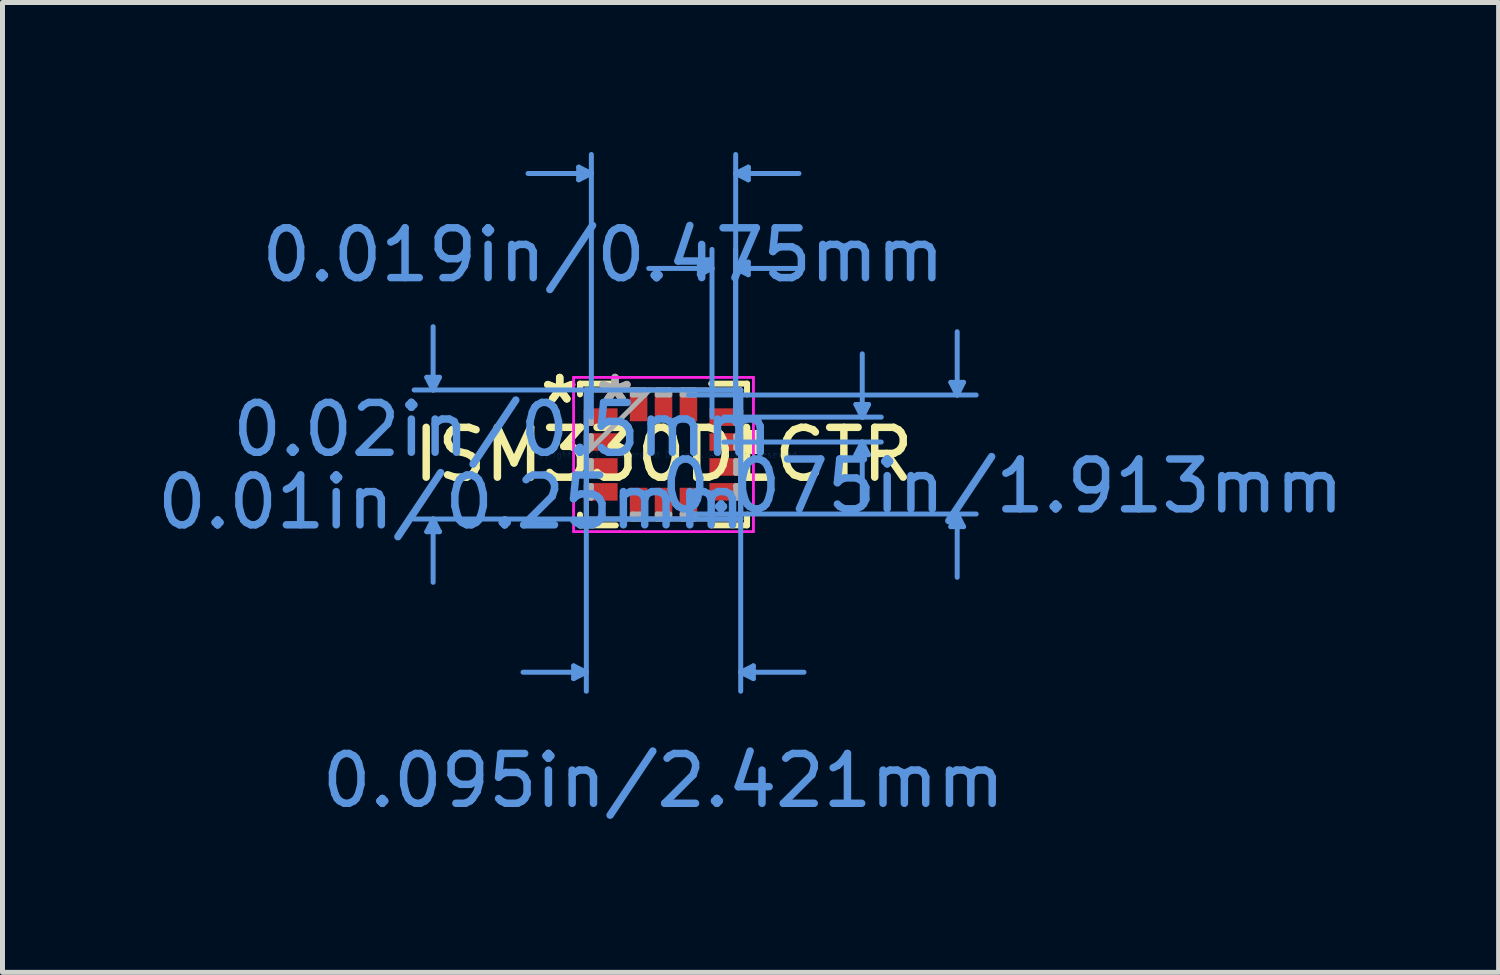
<source format=kicad_pcb>
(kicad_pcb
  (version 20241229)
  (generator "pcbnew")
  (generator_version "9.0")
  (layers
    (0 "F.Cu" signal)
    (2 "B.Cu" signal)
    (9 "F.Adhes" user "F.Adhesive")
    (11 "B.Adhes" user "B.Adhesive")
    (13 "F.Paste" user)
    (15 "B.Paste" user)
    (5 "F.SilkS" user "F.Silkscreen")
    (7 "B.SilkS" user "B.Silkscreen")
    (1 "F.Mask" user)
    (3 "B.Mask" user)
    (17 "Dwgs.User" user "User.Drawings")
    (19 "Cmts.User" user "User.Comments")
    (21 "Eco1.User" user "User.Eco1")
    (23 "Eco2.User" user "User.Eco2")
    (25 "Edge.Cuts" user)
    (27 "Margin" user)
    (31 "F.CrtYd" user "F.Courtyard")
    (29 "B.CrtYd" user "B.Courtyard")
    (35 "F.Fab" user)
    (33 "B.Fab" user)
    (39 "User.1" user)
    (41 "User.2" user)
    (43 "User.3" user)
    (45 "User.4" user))
  (footprint "ISM330DLCTR"
    (layer "F.Cu")
    (at 10.264 6.07)
    (property "Reference" "ISM330DLCTR" (at 0 0 0) (layer "F.SilkS") (effects (font (size 1 1) (thickness 0.15))))
    (attr through_hole)
    (fp_line (start -1.676 -1.422) (end -1.676 -1.207) (stroke (width 0.12) (type solid)) (layer "F.SilkS"))
    (fp_line (start -1.676 1.207) (end -1.676 1.422) (stroke (width 0.12) (type solid)) (layer "F.SilkS"))
    (fp_line (start -1.676 1.422) (end -0.957 1.422) (stroke (width 0.12) (type solid)) (layer "F.SilkS"))
    (fp_line (start -0.957 -1.422) (end -1.676 -1.422) (stroke (width 0.12) (type solid)) (layer "F.SilkS"))
    (fp_line (start 0.957 1.422) (end 1.676 1.422) (stroke (width 0.12) (type solid)) (layer "F.SilkS"))
    (fp_line (start 1.676 -1.422) (end 0.957 -1.422) (stroke (width 0.12) (type solid)) (layer "F.SilkS"))
    (fp_line (start 1.676 -1.207) (end 1.676 -1.422) (stroke (width 0.12) (type solid)) (layer "F.SilkS"))
    (fp_line (start 1.676 1.422) (end 1.676 1.207) (stroke (width 0.12) (type solid)) (layer "F.SilkS"))
    (fp_poly (pts (xy 1.956 -0.441) (xy 1.956 -0.059) (xy 1.702 -0.059) (xy 1.702 -0.441)) (stroke (width 0.1) (type solid)) (fill yes) (layer "F.SilkS"))
    (fp_line (start -4.75 -1.549) (end -4.496 -1.549) (stroke (width 0.1) (type solid)) (layer "Cmts.User"))
    (fp_line (start -4.75 1.549) (end -4.496 1.549) (stroke (width 0.1) (type solid)) (layer "Cmts.User"))
    (fp_line (start -4.623 -1.295) (end -4.75 -1.549) (stroke (width 0.1) (type solid)) (layer "Cmts.User"))
    (fp_line (start -4.623 -1.295) (end -4.623 -2.565) (stroke (width 0.1) (type solid)) (layer "Cmts.User"))
    (fp_line (start -4.623 -1.295) (end -4.496 -1.549) (stroke (width 0.1) (type solid)) (layer "Cmts.User"))
    (fp_line (start -4.623 1.295) (end -4.75 1.549) (stroke (width 0.1) (type solid)) (layer "Cmts.User"))
    (fp_line (start -4.623 1.295) (end -4.623 2.565) (stroke (width 0.1) (type solid)) (layer "Cmts.User"))
    (fp_line (start -4.623 1.295) (end -4.496 1.549) (stroke (width 0.1) (type solid)) (layer "Cmts.User"))
    (fp_line (start -1.803 4.242) (end -1.803 4.496) (stroke (width 0.1) (type solid)) (layer "Cmts.User"))
    (fp_line (start -1.702 -5.766) (end -1.702 -5.512) (stroke (width 0.1) (type solid)) (layer "Cmts.User"))
    (fp_line (start -1.549 -1.295) (end -1.549 4.75) (stroke (width 0.1) (type solid)) (layer "Cmts.User"))
    (fp_line (start -1.549 4.369) (end -2.819 4.369) (stroke (width 0.1) (type solid)) (layer "Cmts.User"))
    (fp_line (start -1.549 4.369) (end -1.803 4.242) (stroke (width 0.1) (type solid)) (layer "Cmts.User"))
    (fp_line (start -1.549 4.369) (end -1.803 4.496) (stroke (width 0.1) (type solid)) (layer "Cmts.User"))
    (fp_line (start -1.448 -5.639) (end -2.718 -5.639) (stroke (width 0.1) (type solid)) (layer "Cmts.User"))
    (fp_line (start -1.448 -5.639) (end -1.702 -5.766) (stroke (width 0.1) (type solid)) (layer "Cmts.User"))
    (fp_line (start -1.448 -5.639) (end -1.702 -5.512) (stroke (width 0.1) (type solid)) (layer "Cmts.User"))
    (fp_line (start -1.448 -0.75) (end -1.448 -6.02) (stroke (width 0.1) (type solid)) (layer "Cmts.User"))
    (fp_line (start 0.5 -1.194) (end 6.274 -1.194) (stroke (width 0.1) (type solid)) (layer "Cmts.User"))
    (fp_line (start 0.5 1.194) (end 6.274 1.194) (stroke (width 0.1) (type solid)) (layer "Cmts.User"))
    (fp_line (start 0.719 -3.861) (end 0.719 -3.607) (stroke (width 0.1) (type solid)) (layer "Cmts.User"))
    (fp_line (start 0.973 -3.734) (end -0.297 -3.734) (stroke (width 0.1) (type solid)) (layer "Cmts.User"))
    (fp_line (start 0.973 -3.734) (end 0.719 -3.861) (stroke (width 0.1) (type solid)) (layer "Cmts.User"))
    (fp_line (start 0.973 -3.734) (end 0.719 -3.607) (stroke (width 0.1) (type solid)) (layer "Cmts.User"))
    (fp_line (start 0.973 -0.75) (end 0.973 -4.115) (stroke (width 0.1) (type solid)) (layer "Cmts.User"))
    (fp_line (start 1.21 -0.75) (end 4.369 -0.75) (stroke (width 0.1) (type solid)) (layer "Cmts.User"))
    (fp_line (start 1.21 -0.25) (end 4.369 -0.25) (stroke (width 0.1) (type solid)) (layer "Cmts.User"))
    (fp_line (start 1.448 -5.639) (end 1.702 -5.766) (stroke (width 0.1) (type solid)) (layer "Cmts.User"))
    (fp_line (start 1.448 -5.639) (end 1.702 -5.512) (stroke (width 0.1) (type solid)) (layer "Cmts.User"))
    (fp_line (start 1.448 -5.639) (end 2.718 -5.639) (stroke (width 0.1) (type solid)) (layer "Cmts.User"))
    (fp_line (start 1.448 -3.734) (end 1.702 -3.861) (stroke (width 0.1) (type solid)) (layer "Cmts.User"))
    (fp_line (start 1.448 -3.734) (end 1.702 -3.607) (stroke (width 0.1) (type solid)) (layer "Cmts.User"))
    (fp_line (start 1.448 -3.734) (end 2.718 -3.734) (stroke (width 0.1) (type solid)) (layer "Cmts.User"))
    (fp_line (start 1.448 -0.75) (end 1.448 -6.02) (stroke (width 0.1) (type solid)) (layer "Cmts.User"))
    (fp_line (start 1.448 -0.75) (end 1.448 -4.115) (stroke (width 0.1) (type solid)) (layer "Cmts.User"))
    (fp_line (start 1.549 -1.295) (end -5.004 -1.295) (stroke (width 0.1) (type solid)) (layer "Cmts.User"))
    (fp_line (start 1.549 -1.295) (end 1.549 4.75) (stroke (width 0.1) (type solid)) (layer "Cmts.User"))
    (fp_line (start 1.549 1.295) (end -5.004 1.295) (stroke (width 0.1) (type solid)) (layer "Cmts.User"))
    (fp_line (start 1.549 4.369) (end 1.803 4.242) (stroke (width 0.1) (type solid)) (layer "Cmts.User"))
    (fp_line (start 1.549 4.369) (end 1.803 4.496) (stroke (width 0.1) (type solid)) (layer "Cmts.User"))
    (fp_line (start 1.549 4.369) (end 2.819 4.369) (stroke (width 0.1) (type solid)) (layer "Cmts.User"))
    (fp_line (start 1.702 -5.766) (end 1.702 -5.512) (stroke (width 0.1) (type solid)) (layer "Cmts.User"))
    (fp_line (start 1.702 -3.861) (end 1.702 -3.607) (stroke (width 0.1) (type solid)) (layer "Cmts.User"))
    (fp_line (start 1.803 4.242) (end 1.803 4.496) (stroke (width 0.1) (type solid)) (layer "Cmts.User"))
    (fp_line (start 3.861 -1.004) (end 4.115 -1.004) (stroke (width 0.1) (type solid)) (layer "Cmts.User"))
    (fp_line (start 3.861 0.004) (end 4.115 0.004) (stroke (width 0.1) (type solid)) (layer "Cmts.User"))
    (fp_line (start 3.988 -0.75) (end 3.861 -1.004) (stroke (width 0.1) (type solid)) (layer "Cmts.User"))
    (fp_line (start 3.988 -0.75) (end 3.988 -2.02) (stroke (width 0.1) (type solid)) (layer "Cmts.User"))
    (fp_line (start 3.988 -0.75) (end 4.115 -1.004) (stroke (width 0.1) (type solid)) (layer "Cmts.User"))
    (fp_line (start 3.988 -0.25) (end 3.861 0.004) (stroke (width 0.1) (type solid)) (layer "Cmts.User"))
    (fp_line (start 3.988 -0.25) (end 3.988 1.02) (stroke (width 0.1) (type solid)) (layer "Cmts.User"))
    (fp_line (start 3.988 -0.25) (end 4.115 0.004) (stroke (width 0.1) (type solid)) (layer "Cmts.User"))
    (fp_line (start 5.766 -1.448) (end 6.02 -1.448) (stroke (width 0.1) (type solid)) (layer "Cmts.User"))
    (fp_line (start 5.766 1.448) (end 6.02 1.448) (stroke (width 0.1) (type solid)) (layer "Cmts.User"))
    (fp_line (start 5.893 -1.194) (end 5.766 -1.448) (stroke (width 0.1) (type solid)) (layer "Cmts.User"))
    (fp_line (start 5.893 -1.194) (end 5.893 -2.464) (stroke (width 0.1) (type solid)) (layer "Cmts.User"))
    (fp_line (start 5.893 -1.194) (end 6.02 -1.448) (stroke (width 0.1) (type solid)) (layer "Cmts.User"))
    (fp_line (start 5.893 1.194) (end 5.766 1.448) (stroke (width 0.1) (type solid)) (layer "Cmts.User"))
    (fp_line (start 5.893 1.194) (end 5.893 2.464) (stroke (width 0.1) (type solid)) (layer "Cmts.User"))
    (fp_line (start 5.893 1.194) (end 6.02 1.448) (stroke (width 0.1) (type solid)) (layer "Cmts.User"))
    (fp_line (start -1.803 -1.549) (end -0.879 -1.549) (stroke (width 0.05) (type solid)) (layer "F.CrtYd"))
    (fp_line (start -1.803 -1.549) (end -0.879 -1.549) (stroke (width 0.05) (type solid)) (layer "F.CrtYd"))
    (fp_line (start -1.803 -1.129) (end -1.803 -1.549) (stroke (width 0.05) (type solid)) (layer "F.CrtYd"))
    (fp_line (start -1.803 -1.129) (end -1.803 -1.549) (stroke (width 0.05) (type solid)) (layer "F.CrtYd"))
    (fp_line (start -1.803 -1.129) (end -1.803 -1.129) (stroke (width 0.05) (type solid)) (layer "F.CrtYd"))
    (fp_line (start -1.803 -1.129) (end -1.803 -1.129) (stroke (width 0.05) (type solid)) (layer "F.CrtYd"))
    (fp_line (start -1.803 1.129) (end -1.803 -1.129) (stroke (width 0.05) (type solid)) (layer "F.CrtYd"))
    (fp_line (start -1.803 1.129) (end -1.803 -1.129) (stroke (width 0.05) (type solid)) (layer "F.CrtYd"))
    (fp_line (start -1.803 1.129) (end -1.803 1.129) (stroke (width 0.05) (type solid)) (layer "F.CrtYd"))
    (fp_line (start -1.803 1.129) (end -1.803 1.129) (stroke (width 0.05) (type solid)) (layer "F.CrtYd"))
    (fp_line (start -1.803 1.549) (end -1.803 1.129) (stroke (width 0.05) (type solid)) (layer "F.CrtYd"))
    (fp_line (start -1.803 1.549) (end -1.803 1.129) (stroke (width 0.05) (type solid)) (layer "F.CrtYd"))
    (fp_line (start -0.879 -1.549) (end -0.879 -1.549) (stroke (width 0.05) (type solid)) (layer "F.CrtYd"))
    (fp_line (start -0.879 -1.549) (end -0.879 -1.549) (stroke (width 0.05) (type solid)) (layer "F.CrtYd"))
    (fp_line (start -0.879 -1.549) (end 0.879 -1.549) (stroke (width 0.05) (type solid)) (layer "F.CrtYd"))
    (fp_line (start -0.879 -1.549) (end 0.879 -1.549) (stroke (width 0.05) (type solid)) (layer "F.CrtYd"))
    (fp_line (start -0.879 1.549) (end -1.803 1.549) (stroke (width 0.05) (type solid)) (layer "F.CrtYd"))
    (fp_line (start -0.879 1.549) (end -1.803 1.549) (stroke (width 0.05) (type solid)) (layer "F.CrtYd"))
    (fp_line (start -0.879 1.549) (end -0.879 1.549) (stroke (width 0.05) (type solid)) (layer "F.CrtYd"))
    (fp_line (start -0.879 1.549) (end -0.879 1.549) (stroke (width 0.05) (type solid)) (layer "F.CrtYd"))
    (fp_line (start 0.879 -1.549) (end 0.879 -1.549) (stroke (width 0.05) (type solid)) (layer "F.CrtYd"))
    (fp_line (start 0.879 -1.549) (end 0.879 -1.549) (stroke (width 0.05) (type solid)) (layer "F.CrtYd"))
    (fp_line (start 0.879 -1.549) (end 1.803 -1.549) (stroke (width 0.05) (type solid)) (layer "F.CrtYd"))
    (fp_line (start 0.879 -1.549) (end 1.803 -1.549) (stroke (width 0.05) (type solid)) (layer "F.CrtYd"))
    (fp_line (start 0.879 1.549) (end -0.879 1.549) (stroke (width 0.05) (type solid)) (layer "F.CrtYd"))
    (fp_line (start 0.879 1.549) (end -0.879 1.549) (stroke (width 0.05) (type solid)) (layer "F.CrtYd"))
    (fp_line (start 0.879 1.549) (end 0.879 1.549) (stroke (width 0.05) (type solid)) (layer "F.CrtYd"))
    (fp_line (start 0.879 1.549) (end 0.879 1.549) (stroke (width 0.05) (type solid)) (layer "F.CrtYd"))
    (fp_line (start 1.803 -1.549) (end 1.803 -1.129) (stroke (width 0.05) (type solid)) (layer "F.CrtYd"))
    (fp_line (start 1.803 -1.549) (end 1.803 -1.129) (stroke (width 0.05) (type solid)) (layer "F.CrtYd"))
    (fp_line (start 1.803 -1.129) (end 1.803 -1.129) (stroke (width 0.05) (type solid)) (layer "F.CrtYd"))
    (fp_line (start 1.803 -1.129) (end 1.803 -1.129) (stroke (width 0.05) (type solid)) (layer "F.CrtYd"))
    (fp_line (start 1.803 -1.129) (end 1.803 1.129) (stroke (width 0.05) (type solid)) (layer "F.CrtYd"))
    (fp_line (start 1.803 -1.129) (end 1.803 1.129) (stroke (width 0.05) (type solid)) (layer "F.CrtYd"))
    (fp_line (start 1.803 1.129) (end 1.803 1.129) (stroke (width 0.05) (type solid)) (layer "F.CrtYd"))
    (fp_line (start 1.803 1.129) (end 1.803 1.129) (stroke (width 0.05) (type solid)) (layer "F.CrtYd"))
    (fp_line (start 1.803 1.129) (end 1.803 1.549) (stroke (width 0.05) (type solid)) (layer "F.CrtYd"))
    (fp_line (start 1.803 1.129) (end 1.803 1.549) (stroke (width 0.05) (type solid)) (layer "F.CrtYd"))
    (fp_line (start 1.803 1.549) (end 0.879 1.549) (stroke (width 0.05) (type solid)) (layer "F.CrtYd"))
    (fp_line (start 1.803 1.549) (end 0.879 1.549) (stroke (width 0.05) (type solid)) (layer "F.CrtYd"))
    (fp_line (start -1.549 -1.295) (end -1.549 -1.295) (stroke (width 0.1) (type solid)) (layer "F.Fab"))
    (fp_line (start -1.549 -1.295) (end -1.549 1.295) (stroke (width 0.1) (type solid)) (layer "F.Fab"))
    (fp_line (start -1.549 -0.875) (end -1.448 -0.875) (stroke (width 0.1) (type solid)) (layer "F.Fab"))
    (fp_line (start -1.549 -0.625) (end -1.549 -0.875) (stroke (width 0.1) (type solid)) (layer "F.Fab"))
    (fp_line (start -1.549 -0.375) (end -1.448 -0.375) (stroke (width 0.1) (type solid)) (layer "F.Fab"))
    (fp_line (start -1.549 -0.125) (end -1.549 -0.375) (stroke (width 0.1) (type solid)) (layer "F.Fab"))
    (fp_line (start -1.549 -0.025) (end -0.279 -1.295) (stroke (width 0.1) (type solid)) (layer "F.Fab"))
    (fp_line (start -1.549 0.125) (end -1.448 0.125) (stroke (width 0.1) (type solid)) (layer "F.Fab"))
    (fp_line (start -1.549 0.375) (end -1.549 0.125) (stroke (width 0.1) (type solid)) (layer "F.Fab"))
    (fp_line (start -1.549 0.625) (end -1.448 0.625) (stroke (width 0.1) (type solid)) (layer "F.Fab"))
    (fp_line (start -1.549 0.875) (end -1.549 0.625) (stroke (width 0.1) (type solid)) (layer "F.Fab"))
    (fp_line (start -1.549 1.295) (end -1.549 1.295) (stroke (width 0.1) (type solid)) (layer "F.Fab"))
    (fp_line (start -1.549 1.295) (end 1.549 1.295) (stroke (width 0.1) (type solid)) (layer "F.Fab"))
    (fp_line (start -1.448 -0.875) (end -1.448 -0.625) (stroke (width 0.1) (type solid)) (layer "F.Fab"))
    (fp_line (start -1.448 -0.625) (end -1.549 -0.625) (stroke (width 0.1) (type solid)) (layer "F.Fab"))
    (fp_line (start -1.448 -0.375) (end -1.448 -0.125) (stroke (width 0.1) (type solid)) (layer "F.Fab"))
    (fp_line (start -1.448 -0.125) (end -1.549 -0.125) (stroke (width 0.1) (type solid)) (layer "F.Fab"))
    (fp_line (start -1.448 0.125) (end -1.448 0.375) (stroke (width 0.1) (type solid)) (layer "F.Fab"))
    (fp_line (start -1.448 0.375) (end -1.549 0.375) (stroke (width 0.1) (type solid)) (layer "F.Fab"))
    (fp_line (start -1.448 0.625) (end -1.448 0.875) (stroke (width 0.1) (type solid)) (layer "F.Fab"))
    (fp_line (start -1.448 0.875) (end -1.549 0.875) (stroke (width 0.1) (type solid)) (layer "F.Fab"))
    (fp_line (start -0.625 -1.295) (end -0.375 -1.295) (stroke (width 0.1) (type solid)) (layer "F.Fab"))
    (fp_line (start -0.625 -1.194) (end -0.625 -1.295) (stroke (width 0.1) (type solid)) (layer "F.Fab"))
    (fp_line (start -0.625 1.194) (end -0.375 1.194) (stroke (width 0.1) (type solid)) (layer "F.Fab"))
    (fp_line (start -0.625 1.295) (end -0.625 1.194) (stroke (width 0.1) (type solid)) (layer "F.Fab"))
    (fp_line (start -0.375 -1.295) (end -0.375 -1.194) (stroke (width 0.1) (type solid)) (layer "F.Fab"))
    (fp_line (start -0.375 -1.194) (end -0.625 -1.194) (stroke (width 0.1) (type solid)) (layer "F.Fab"))
    (fp_line (start -0.375 1.194) (end -0.375 1.295) (stroke (width 0.1) (type solid)) (layer "F.Fab"))
    (fp_line (start -0.375 1.295) (end -0.625 1.295) (stroke (width 0.1) (type solid)) (layer "F.Fab"))
    (fp_line (start -0.125 -1.295) (end 0.125 -1.295) (stroke (width 0.1) (type solid)) (layer "F.Fab"))
    (fp_line (start -0.125 -1.194) (end -0.125 -1.295) (stroke (width 0.1) (type solid)) (layer "F.Fab"))
    (fp_line (start -0.125 1.194) (end 0.125 1.194) (stroke (width 0.1) (type solid)) (layer "F.Fab"))
    (fp_line (start -0.125 1.295) (end -0.125 1.194) (stroke (width 0.1) (type solid)) (layer "F.Fab"))
    (fp_line (start 0.125 -1.295) (end 0.125 -1.194) (stroke (width 0.1) (type solid)) (layer "F.Fab"))
    (fp_line (start 0.125 -1.194) (end -0.125 -1.194) (stroke (width 0.1) (type solid)) (layer "F.Fab"))
    (fp_line (start 0.125 1.194) (end 0.125 1.295) (stroke (width 0.1) (type solid)) (layer "F.Fab"))
    (fp_line (start 0.125 1.295) (end -0.125 1.295) (stroke (width 0.1) (type solid)) (layer "F.Fab"))
    (fp_line (start 0.375 -1.295) (end 0.625 -1.295) (stroke (width 0.1) (type solid)) (layer "F.Fab"))
    (fp_line (start 0.375 -1.194) (end 0.375 -1.295) (stroke (width 0.1) (type solid)) (layer "F.Fab"))
    (fp_line (start 0.375 1.194) (end 0.625 1.194) (stroke (width 0.1) (type solid)) (layer "F.Fab"))
    (fp_line (start 0.375 1.295) (end 0.375 1.194) (stroke (width 0.1) (type solid)) (layer "F.Fab"))
    (fp_line (start 0.625 -1.295) (end 0.625 -1.194) (stroke (width 0.1) (type solid)) (layer "F.Fab"))
    (fp_line (start 0.625 -1.194) (end 0.375 -1.194) (stroke (width 0.1) (type solid)) (layer "F.Fab"))
    (fp_line (start 0.625 1.194) (end 0.625 1.295) (stroke (width 0.1) (type solid)) (layer "F.Fab"))
    (fp_line (start 0.625 1.295) (end 0.375 1.295) (stroke (width 0.1) (type solid)) (layer "F.Fab"))
    (fp_line (start 1.448 -0.875) (end 1.549 -0.875) (stroke (width 0.1) (type solid)) (layer "F.Fab"))
    (fp_line (start 1.448 -0.625) (end 1.448 -0.875) (stroke (width 0.1) (type solid)) (layer "F.Fab"))
    (fp_line (start 1.448 -0.375) (end 1.549 -0.375) (stroke (width 0.1) (type solid)) (layer "F.Fab"))
    (fp_line (start 1.448 -0.125) (end 1.448 -0.375) (stroke (width 0.1) (type solid)) (layer "F.Fab"))
    (fp_line (start 1.448 0.125) (end 1.549 0.125) (stroke (width 0.1) (type solid)) (layer "F.Fab"))
    (fp_line (start 1.448 0.375) (end 1.448 0.125) (stroke (width 0.1) (type solid)) (layer "F.Fab"))
    (fp_line (start 1.448 0.625) (end 1.549 0.625) (stroke (width 0.1) (type solid)) (layer "F.Fab"))
    (fp_line (start 1.448 0.875) (end 1.448 0.625) (stroke (width 0.1) (type solid)) (layer "F.Fab"))
    (fp_line (start 1.549 -1.295) (end -1.549 -1.295) (stroke (width 0.1) (type solid)) (layer "F.Fab"))
    (fp_line (start 1.549 -1.295) (end 1.549 -1.295) (stroke (width 0.1) (type solid)) (layer "F.Fab"))
    (fp_line (start 1.549 -0.875) (end 1.549 -0.625) (stroke (width 0.1) (type solid)) (layer "F.Fab"))
    (fp_line (start 1.549 -0.625) (end 1.448 -0.625) (stroke (width 0.1) (type solid)) (layer "F.Fab"))
    (fp_line (start 1.549 -0.375) (end 1.549 -0.125) (stroke (width 0.1) (type solid)) (layer "F.Fab"))
    (fp_line (start 1.549 -0.125) (end 1.448 -0.125) (stroke (width 0.1) (type solid)) (layer "F.Fab"))
    (fp_line (start 1.549 0.125) (end 1.549 0.375) (stroke (width 0.1) (type solid)) (layer "F.Fab"))
    (fp_line (start 1.549 0.375) (end 1.448 0.375) (stroke (width 0.1) (type solid)) (layer "F.Fab"))
    (fp_line (start 1.549 0.625) (end 1.549 0.875) (stroke (width 0.1) (type solid)) (layer "F.Fab"))
    (fp_line (start 1.549 0.875) (end 1.448 0.875) (stroke (width 0.1) (type solid)) (layer "F.Fab"))
    (fp_line (start 1.549 1.295) (end 1.549 -1.295) (stroke (width 0.1) (type solid)) (layer "F.Fab"))
    (fp_line (start 1.549 1.295) (end 1.549 1.295) (stroke (width 0.1) (type solid)) (layer "F.Fab"))
    (fp_text user "*" (at -2.083 -1 0) (layer "F.SilkS") (effects (font (size 1 1) (thickness 0.15))))
    (fp_text user "*" (at -2.083 -1 0) (layer "F.SilkS") (effects (font (size 1 1) (thickness 0.15))))
    (fp_text user "0.01in/0.25mm" (at -4.258 0.956 0) (layer "Cmts.User") (effects (font (size 1 1) (thickness 0.15))))
    (fp_text user "0.095in/2.421mm" (at 0 6.544 0) (layer "Cmts.User") (effects (font (size 1 1) (thickness 0.15))))
    (fp_text user "0.019in/0.475mm" (at -1.21 -4.004 0) (layer "Cmts.User") (effects (font (size 1 1) (thickness 0.15))))
    (fp_text user "0.075in/1.913mm" (at 6.798 0.635 0) (layer "Cmts.User") (effects (font (size 1 1) (thickness 0.15))))
    (fp_text user "0.02in/0.5mm" (at -3.226 -0.5 0) (layer "Cmts.User") (effects (font (size 1 1) (thickness 0.15))))
    (fp_text user "Copyright 2021 Accelerated Designs. All rights reserved." (at 0 0 0) (layer "Cmts.User") (effects (font (size 0.127 0.127) (thickness 0.002))))
    (fp_text user "*" (at -0.973 -1 0) (layer "F.Fab") (effects (font (size 1 1) (thickness 0.15))))
    (fp_text user "*" (at -0.973 -1 0) (layer "F.Fab") (effects (font (size 1 1) (thickness 0.15))))
    (pad "1" smd rect (at -1.21 -0.75 90) (size 0.352 0.577) (layers "F.Cu" "F.Mask" "F.Paste"))
    (pad "2" smd rect (at -1.21 -0.25 90) (size 0.352 0.577) (layers "F.Cu" "F.Mask" "F.Paste"))
    (pad "3" smd rect (at -1.21 0.25 90) (size 0.352 0.577) (layers "F.Cu" "F.Mask" "F.Paste"))
    (pad "4" smd rect (at -1.21 0.75 90) (size 0.352 0.577) (layers "F.Cu" "F.Mask" "F.Paste"))
    (pad "5" smd rect (at -0.5 0.956) (size 0.352 0.577) (layers "F.Cu" "F.Mask" "F.Paste"))
    (pad "6" smd rect (at 0 0.956) (size 0.352 0.577) (layers "F.Cu" "F.Mask" "F.Paste"))
    (pad "7" smd rect (at 0.5 0.956) (size 0.352 0.577) (layers "F.Cu" "F.Mask" "F.Paste"))
    (pad "8" smd rect (at 1.21 0.75 90) (size 0.352 0.577) (layers "F.Cu" "F.Mask" "F.Paste"))
    (pad "9" smd rect (at 1.21 0.25 90) (size 0.352 0.577) (layers "F.Cu" "F.Mask" "F.Paste"))
    (pad "10" smd rect (at 1.21 -0.25 90) (size 0.352 0.577) (layers "F.Cu" "F.Mask" "F.Paste"))
    (pad "11" smd rect (at 1.21 -0.75 90) (size 0.352 0.577) (layers "F.Cu" "F.Mask" "F.Paste"))
    (pad "12" smd rect (at 0.5 -0.956) (size 0.352 0.577) (layers "F.Cu" "F.Mask" "F.Paste"))
    (pad "13" smd rect (at 0 -0.956) (size 0.352 0.577) (layers "F.Cu" "F.Mask" "F.Paste"))
    (pad "14" smd rect (at -0.5 -0.956) (size 0.352 0.577) (layers "F.Cu" "F.Mask" "F.Paste")))
  (gr_rect
    (start -3 -3)
    (end 27.021 16.462)
    (stroke (width 0.1) (type default))
    (fill no)
    (layer "Edge.Cuts")))
</source>
